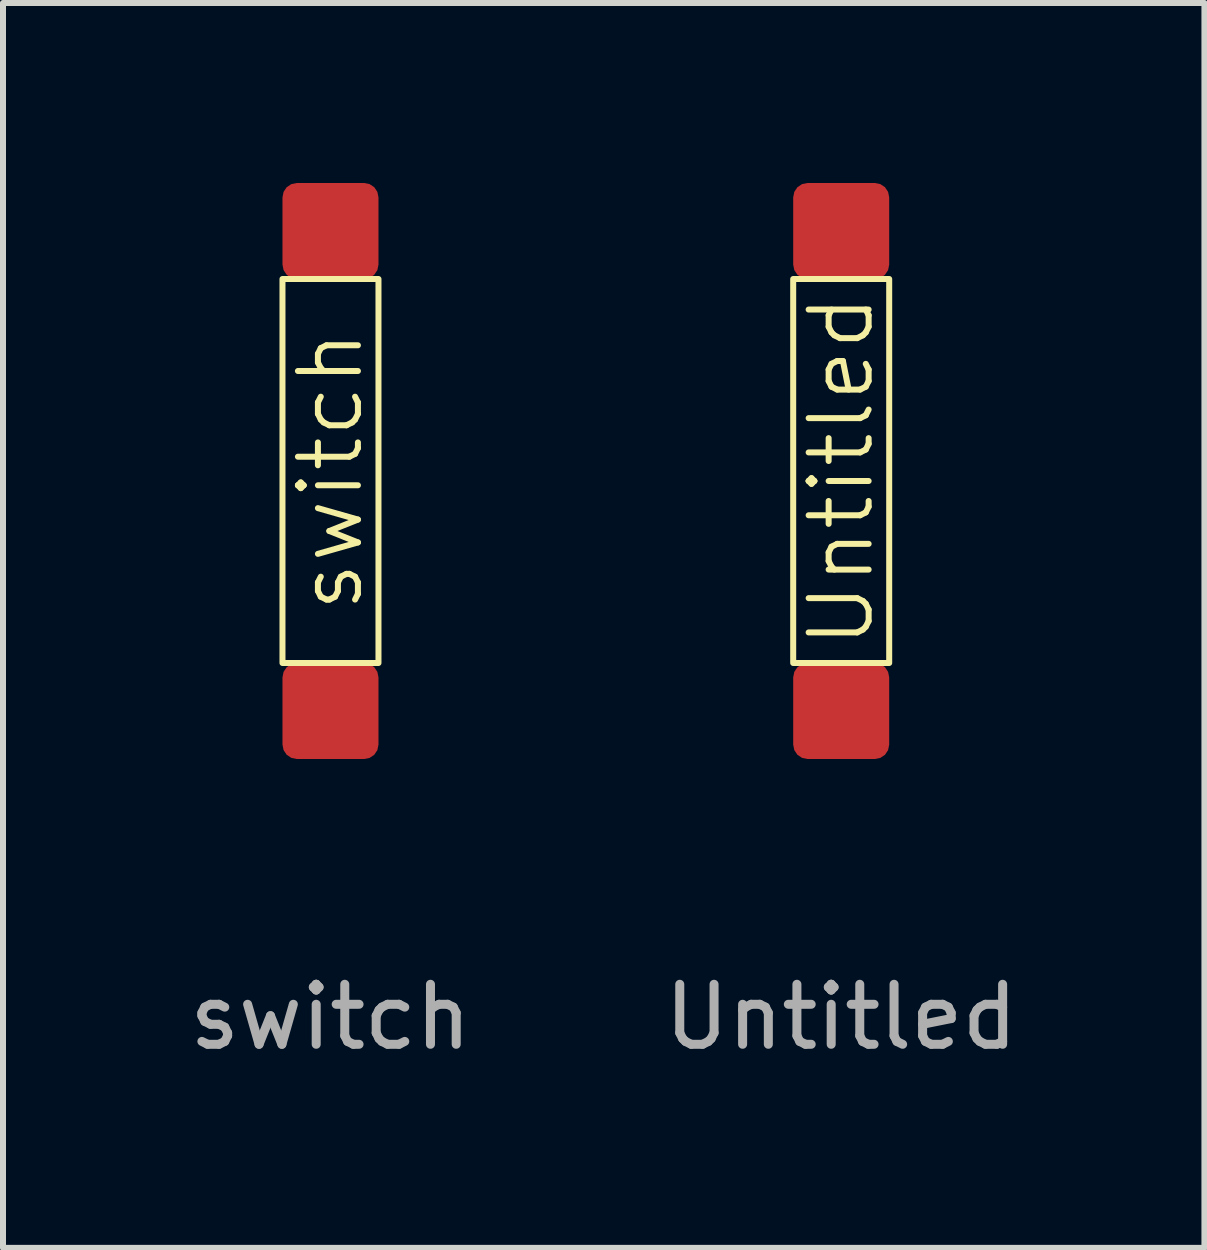
<source format=kicad_pcb>
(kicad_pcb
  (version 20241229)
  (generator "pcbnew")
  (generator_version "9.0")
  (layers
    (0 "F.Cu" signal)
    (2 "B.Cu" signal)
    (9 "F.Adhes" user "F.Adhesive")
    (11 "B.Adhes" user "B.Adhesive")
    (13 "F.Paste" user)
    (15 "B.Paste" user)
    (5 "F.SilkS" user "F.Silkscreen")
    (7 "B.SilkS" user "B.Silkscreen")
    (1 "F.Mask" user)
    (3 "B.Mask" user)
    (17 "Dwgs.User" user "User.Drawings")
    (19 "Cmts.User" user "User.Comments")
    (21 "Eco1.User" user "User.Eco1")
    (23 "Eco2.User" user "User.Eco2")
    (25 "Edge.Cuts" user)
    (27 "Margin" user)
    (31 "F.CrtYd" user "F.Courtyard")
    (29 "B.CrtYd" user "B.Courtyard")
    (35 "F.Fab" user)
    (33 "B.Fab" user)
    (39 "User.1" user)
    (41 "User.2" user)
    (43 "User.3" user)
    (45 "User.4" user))
  (footprint "Untitled"
    (layer "F.Cu")
    (at 10.97 4.8)
    (property "Reference" "Untitled" (at 0 0 90) (unlocked yes) (layer "F.SilkS") (effects (font (size 1 1) (thickness 0.1))))
    (attr smd)
    (fp_rect (start -0.8 -3.2) (end 0.8 3.2) (stroke (width 0.1) (type default)) (fill no) (layer "F.SilkS"))
    (fp_text user "${REFERENCE}" (at 0 9.1 0) (unlocked yes) (layer "F.Fab") (effects (font (size 1 1) (thickness 0.15))))
    (pad "1" smd roundrect (at 0 -4) (size 1.6 1.6) (layers "F.Cu" "F.Mask" "F.Paste") (roundrect_rratio 0.15))
    (pad "2" smd roundrect (at 0 4) (size 1.6 1.6) (layers "F.Cu" "F.Mask" "F.Paste") (roundrect_rratio 0.15)))
  (footprint "switch"
    (layer "F.Cu")
    (at 2.458 4.8)
    (property "Reference" "switch" (at 0 0 90) (unlocked yes) (layer "F.SilkS") (effects (font (size 1 1) (thickness 0.1))))
    (attr smd)
    (fp_rect (start -0.8 -3.2) (end 0.8 3.2) (stroke (width 0.1) (type default)) (fill no) (layer "F.SilkS"))
    (fp_text user "${REFERENCE}" (at 0 9.1 0) (unlocked yes) (layer "F.Fab") (effects (font (size 1 1) (thickness 0.15))))
    (pad "1" smd roundrect (at 0 -4) (size 1.6 1.6) (layers "F.Cu" "F.Mask" "F.Paste") (roundrect_rratio 0.15))
    (pad "2" smd roundrect (at 0 4) (size 1.6 1.6) (layers "F.Cu" "F.Mask" "F.Paste") (roundrect_rratio 0.15)))
  (gr_rect
    (start -3 -3)
    (end 17.024 17.748)
    (stroke (width 0.1) (type default))
    (fill no)
    (layer "Edge.Cuts")))
</source>
